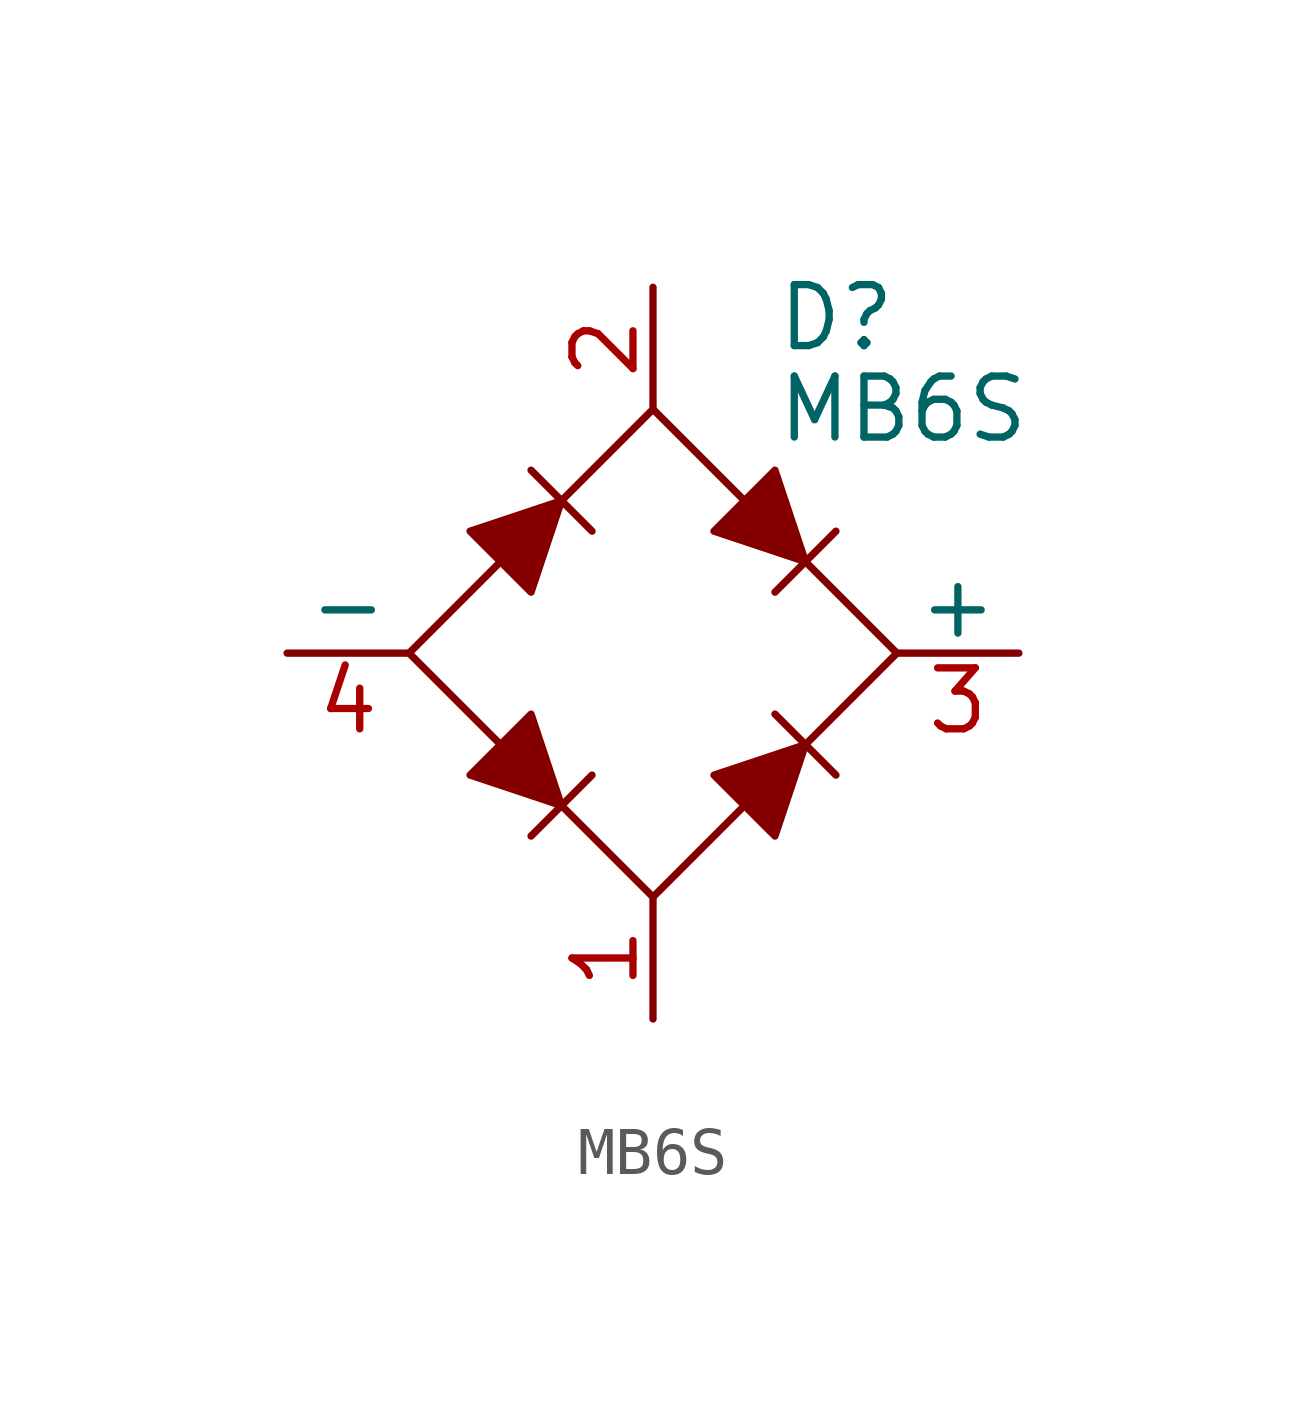
<source format=kicad_sym>
(kicad_symbol_lib
  (version 20211014)
  (generator kicad_symbol_editor)
  (symbol "MB6S"
    (pin_names
      (offset 0))
    (property "Reference" "D"
      (at 2.54 6.985 0)
      (effects (font (size 1.27 1.27)) (justify left)))
    (property "Value" "MB6S"
      (at 2.54 5.08 0)
      (effects (font (size 1.27 1.27)) (justify left)))
    (symbol "MB6S_0_1"
      (polyline (pts (xy -2.54 3.81) (xy -1.27 2.54)) (stroke (width 0) (type default) (color 0 0 0 0)) (fill (type none)))
      (polyline (pts (xy -1.27 -2.54) (xy -2.54 -3.81)) (stroke (width 0) (type default) (color 0 0 0 0)) (fill (type none)))
      (polyline (pts (xy 2.54 -1.27) (xy 3.81 -2.54)) (stroke (width 0) (type default) (color 0 0 0 0)) (fill (type none)))
      (polyline (pts (xy 2.54 1.27) (xy 3.81 2.54)) (stroke (width 0) (type default) (color 0 0 0 0)) (fill (type none)))
      (polyline (pts (xy -3.81 2.54) (xy -2.54 1.27) (xy -1.905 3.175) (xy -3.81 2.54)) (stroke (width 0) (type default) (color 0 0 0 0)) (fill (type outline)))
      (polyline (pts (xy -2.54 -1.27) (xy -3.81 -2.54) (xy -1.905 -3.175) (xy -2.54 -1.27)) (stroke (width 0) (type default) (color 0 0 0 0)) (fill (type outline)))
      (polyline (pts (xy 1.27 2.54) (xy 2.54 3.81) (xy 3.175 1.905) (xy 1.27 2.54)) (stroke (width 0) (type default) (color 0 0 0 0)) (fill (type outline)))
      (polyline (pts (xy 3.175 -1.905) (xy 1.27 -2.54) (xy 2.54 -3.81) (xy 3.175 -1.905)) (stroke (width 0) (type default) (color 0 0 0 0)) (fill (type outline)))
      (polyline (pts (xy -5.08 0) (xy 0 -5.08) (xy 5.08 0) (xy 0 5.08) (xy -5.08 0)) (stroke (width 0) (type default) (color 0 0 0 0)) (fill (type none))))
    (symbol "MB6S_1_1"
      (pin passive line (at 0 -7.62 90) (length 2.54) (name "~" (effects (font (size 1.27 1.27)))) (number "1" (effects (font (size 1.27 1.27)))))
      (pin passive line (at 0 7.62 270) (length 2.54) (name "~" (effects (font (size 1.27 1.27)))) (number "2" (effects (font (size 1.27 1.27)))))
      (pin passive line (at 7.62 0 180) (length 2.54) (name "+" (effects (font (size 1.27 1.27)))) (number "3" (effects (font (size 1.27 1.27)))))
      (pin passive line (at -7.62 0 0) (length 2.54) (name "-" (effects (font (size 1.27 1.27)))) (number "4" (effects (font (size 1.27 1.27))))))))
</source>
